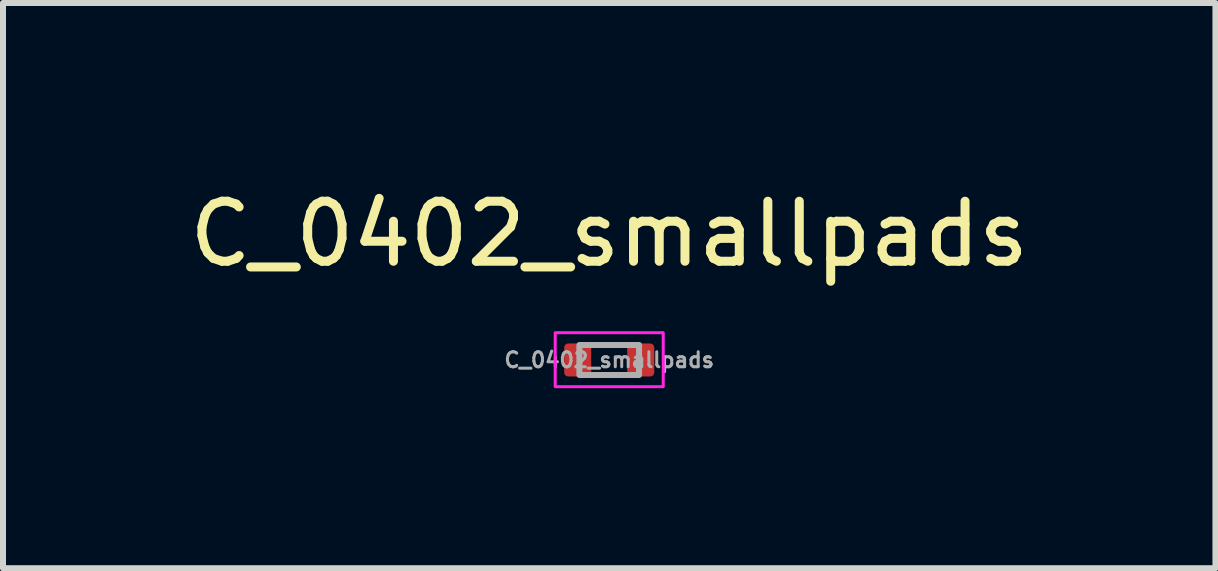
<source format=kicad_pcb>
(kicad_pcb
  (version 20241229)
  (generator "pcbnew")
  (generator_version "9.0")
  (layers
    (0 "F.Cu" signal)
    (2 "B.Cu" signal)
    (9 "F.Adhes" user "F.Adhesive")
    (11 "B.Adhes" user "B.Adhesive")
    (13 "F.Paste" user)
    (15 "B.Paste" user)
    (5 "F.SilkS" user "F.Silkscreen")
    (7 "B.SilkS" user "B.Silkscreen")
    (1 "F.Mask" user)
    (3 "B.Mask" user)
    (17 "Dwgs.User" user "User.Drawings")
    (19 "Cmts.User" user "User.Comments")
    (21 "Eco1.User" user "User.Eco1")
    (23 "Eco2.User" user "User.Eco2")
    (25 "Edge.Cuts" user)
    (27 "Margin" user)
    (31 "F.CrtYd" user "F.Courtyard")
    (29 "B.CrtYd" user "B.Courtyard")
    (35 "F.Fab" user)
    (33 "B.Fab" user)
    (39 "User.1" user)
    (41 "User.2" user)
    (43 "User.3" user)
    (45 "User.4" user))
  (footprint "C_0402_smallpads"
    (layer "F.Cu")
    (at 7.101 2.948)
    (property "Reference" "C_0402_smallpads" (at 0 -2.1 0) (unlocked yes) (layer "F.SilkS") (effects (font (size 1 1) (thickness 0.15))))
    (attr smd)
    (fp_rect (start -0.9 -0.455) (end 0.9 0.445) (stroke (width 0.05) (type default)) (fill no) (layer "F.CrtYd"))
    (fp_rect (start -0.497 -0.25) (end 0.497 0.25) (stroke (width 0.1) (type solid)) (fill no) (layer "F.Fab"))
    (fp_text user "${REFERENCE}" (at 0 0 0) (unlocked yes) (layer "F.Fab") (effects (font (size 0.25 0.25) (thickness 0.05) (bold yes))))
    (pad "1" smd roundrect (at -0.525 0) (size 0.45 0.55) (layers "F.Cu" "F.Mask" "F.Paste") (roundrect_rratio 0.15))
    (pad "2" smd roundrect (at 0.525 0) (size 0.45 0.55) (layers "F.Cu" "F.Mask" "F.Paste") (roundrect_rratio 0.15)))
  (gr_rect
    (start -3 -3)
    (end 17.202 6.418)
    (stroke (width 0.1) (type default))
    (fill no)
    (layer "Edge.Cuts")))
</source>
